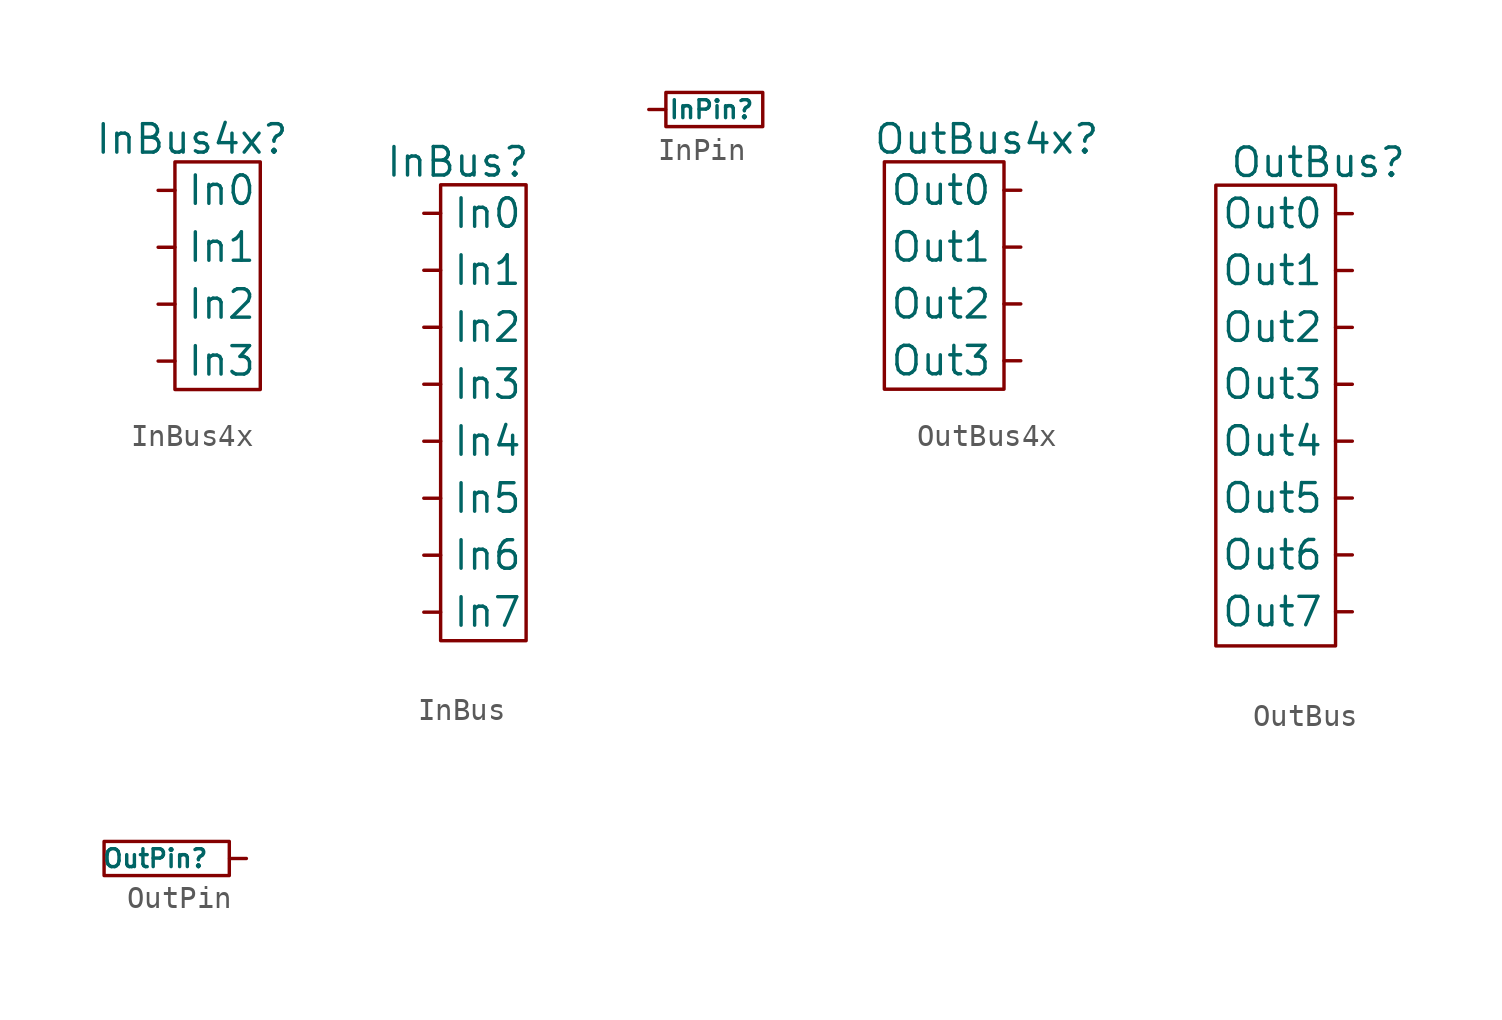
<source format=kicad_sym>
(kicad_symbol_lib
  (version 20220914)
  (generator kicad_symbol_editor)
  (symbol "InBus4x"
    (pin_numbers hide)
    (property "Reference" "InBus4x"
      (at 1.512 6.096 0)
      (effects (font (size 1.27 1.27))))
    (symbol "InBus4x_0_1"
      (rectangle (start 0.75 5.08) (end 4.56 -5.08) (stroke (width 0) (type default)) (fill (type none))))
    (symbol "InBus4x_1_1"
      (pin input line (at 0 3.81 0) (length 0.75) (name "In0" (effects (font (size 1.27 1.27)))) (number "0" (effects (font (size 1.27 1.27)))))
      (pin input line (at 0 1.27 0) (length 0.75) (name "In1" (effects (font (size 1.27 1.27)))) (number "1" (effects (font (size 1.27 1.27)))))
      (pin input line (at 0 -1.27 0) (length 0.75) (name "In2" (effects (font (size 1.27 1.27)))) (number "2" (effects (font (size 1.27 1.27)))))
      (pin input line (at 0 -3.81 0) (length 0.75) (name "In3" (effects (font (size 1.27 1.27)))) (number "3" (effects (font (size 1.27 1.27)))))))
  (symbol "InBus"
    (pin_numbers hide)
    (property "Reference" "InBus"
      (at 1.512 11.176 0)
      (effects (font (size 1.27 1.27))))
    (symbol "InBus_0_1"
      (rectangle (start 0.75 10.16) (end 4.56 -10.16) (stroke (width 0) (type default)) (fill (type none))))
    (symbol "InBus_1_1"
      (pin input line (at 0 8.89 0) (length 0.75) (name "In0" (effects (font (size 1.27 1.27)))) (number "0" (effects (font (size 1.27 1.27)))))
      (pin input line (at 0 6.35 0) (length 0.75) (name "In1" (effects (font (size 1.27 1.27)))) (number "1" (effects (font (size 1.27 1.27)))))
      (pin input line (at 0 3.81 0) (length 0.75) (name "In2" (effects (font (size 1.27 1.27)))) (number "2" (effects (font (size 1.27 1.27)))))
      (pin input line (at 0 1.27 0) (length 0.75) (name "In3" (effects (font (size 1.27 1.27)))) (number "3" (effects (font (size 1.27 1.27)))))
      (pin input line (at 0 -1.27 0) (length 0.75) (name "In4" (effects (font (size 1.27 1.27)))) (number "4" (effects (font (size 1.27 1.27)))))
      (pin input line (at 0 -3.81 0) (length 0.75) (name "In5" (effects (font (size 1.27 1.27)))) (number "5" (effects (font (size 1.27 1.27)))))
      (pin input line (at 0 -6.35 0) (length 0.75) (name "In6" (effects (font (size 1.27 1.27)))) (number "6" (effects (font (size 1.27 1.27)))))
      (pin input line (at 0 -8.89 0) (length 0.75) (name "In7" (effects (font (size 1.27 1.27)))) (number "7" (effects (font (size 1.27 1.27)))))))
  (symbol "InPin"
    (pin_numbers hide)
    (pin_names hide)
    (property "Reference" "InPin"
      (at 2.794 0 0)
      (effects (font (size 0.8 0.8))))
    (symbol "InPin_0_1"
      (rectangle (start 0.762 0.762) (end 5.08 -0.762) (stroke (width 0) (type default)) (fill (type none))))
    (symbol "InPin_1_1"
      (pin input line (at 0 0 0) (length 0.75) (name "In" (effects (font (size 1.27 1.27)))) (number "1" (effects (font (size 1.27 1.27)))))))
  (symbol "OutBus4x"
    (pin_numbers hide)
    (property "Reference" "OutBus4x"
      (at -1.524 6.096 0)
      (effects (font (size 1.27 1.27))))
    (symbol "OutBus4x_0_1"
      (rectangle (start -6.096 5.08) (end -0.75 -5.08) (stroke (width 0) (type default)) (fill (type none))))
    (symbol "OutBus4x_1_1"
      (pin output line (at 0 3.81 180) (length 0.75) (name "Out0" (effects (font (size 1.27 1.27)))) (number "0" (effects (font (size 1.27 1.27)))))
      (pin output line (at 0 1.27 180) (length 0.75) (name "Out1" (effects (font (size 1.27 1.27)))) (number "1" (effects (font (size 1.27 1.27)))))
      (pin output line (at 0 -1.27 180) (length 0.75) (name "Out2" (effects (font (size 1.27 1.27)))) (number "2" (effects (font (size 1.27 1.27)))))
      (pin output line (at 0 -3.81 180) (length 0.75) (name "Out3" (effects (font (size 1.27 1.27)))) (number "3" (effects (font (size 1.27 1.27)))))))
  (symbol "OutBus"
    (pin_numbers hide)
    (property "Reference" "OutBus"
      (at -1.524 11.176 0)
      (effects (font (size 1.27 1.27))))
    (symbol "OutBus_0_1"
      (rectangle (start -6.096 10.16) (end -0.75 -10.414) (stroke (width 0) (type default)) (fill (type none))))
    (symbol "OutBus_1_1"
      (pin output line (at 0 8.89 180) (length 0.75) (name "Out0" (effects (font (size 1.27 1.27)))) (number "0" (effects (font (size 1.27 1.27)))))
      (pin output line (at 0 6.35 180) (length 0.75) (name "Out1" (effects (font (size 1.27 1.27)))) (number "1" (effects (font (size 1.27 1.27)))))
      (pin output line (at 0 3.81 180) (length 0.75) (name "Out2" (effects (font (size 1.27 1.27)))) (number "2" (effects (font (size 1.27 1.27)))))
      (pin output line (at 0 1.27 180) (length 0.75) (name "Out3" (effects (font (size 1.27 1.27)))) (number "3" (effects (font (size 1.27 1.27)))))
      (pin output line (at 0 -1.27 180) (length 0.75) (name "Out4" (effects (font (size 1.27 1.27)))) (number "4" (effects (font (size 1.27 1.27)))))
      (pin output line (at 0 -3.81 180) (length 0.75) (name "Out5" (effects (font (size 1.27 1.27)))) (number "5" (effects (font (size 1.27 1.27)))))
      (pin output line (at 0 -6.35 180) (length 0.75) (name "Out6" (effects (font (size 1.27 1.27)))) (number "6" (effects (font (size 1.27 1.27)))))
      (pin output line (at 0 -8.89 180) (length 0.75) (name "Out7" (effects (font (size 1.27 1.27)))) (number "7" (effects (font (size 1.27 1.27)))))))
  (symbol "OutPin"
    (pin_numbers hide)
    (pin_names hide)
    (property "Reference" "OutPin"
      (at -4.064 0 0)
      (effects (font (size 0.8 0.8))))
    (symbol "OutPin_0_1"
      (rectangle (start -6.35 0.762) (end -0.762 -0.762) (stroke (width 0) (type default)) (fill (type none))))
    (symbol "OutPin_1_1"
      (pin output line (at 0 0 180) (length 0.75) (name "Out" (effects (font (size 1.27 1.27)))) (number "1" (effects (font (size 1.27 1.27))))))))
</source>
